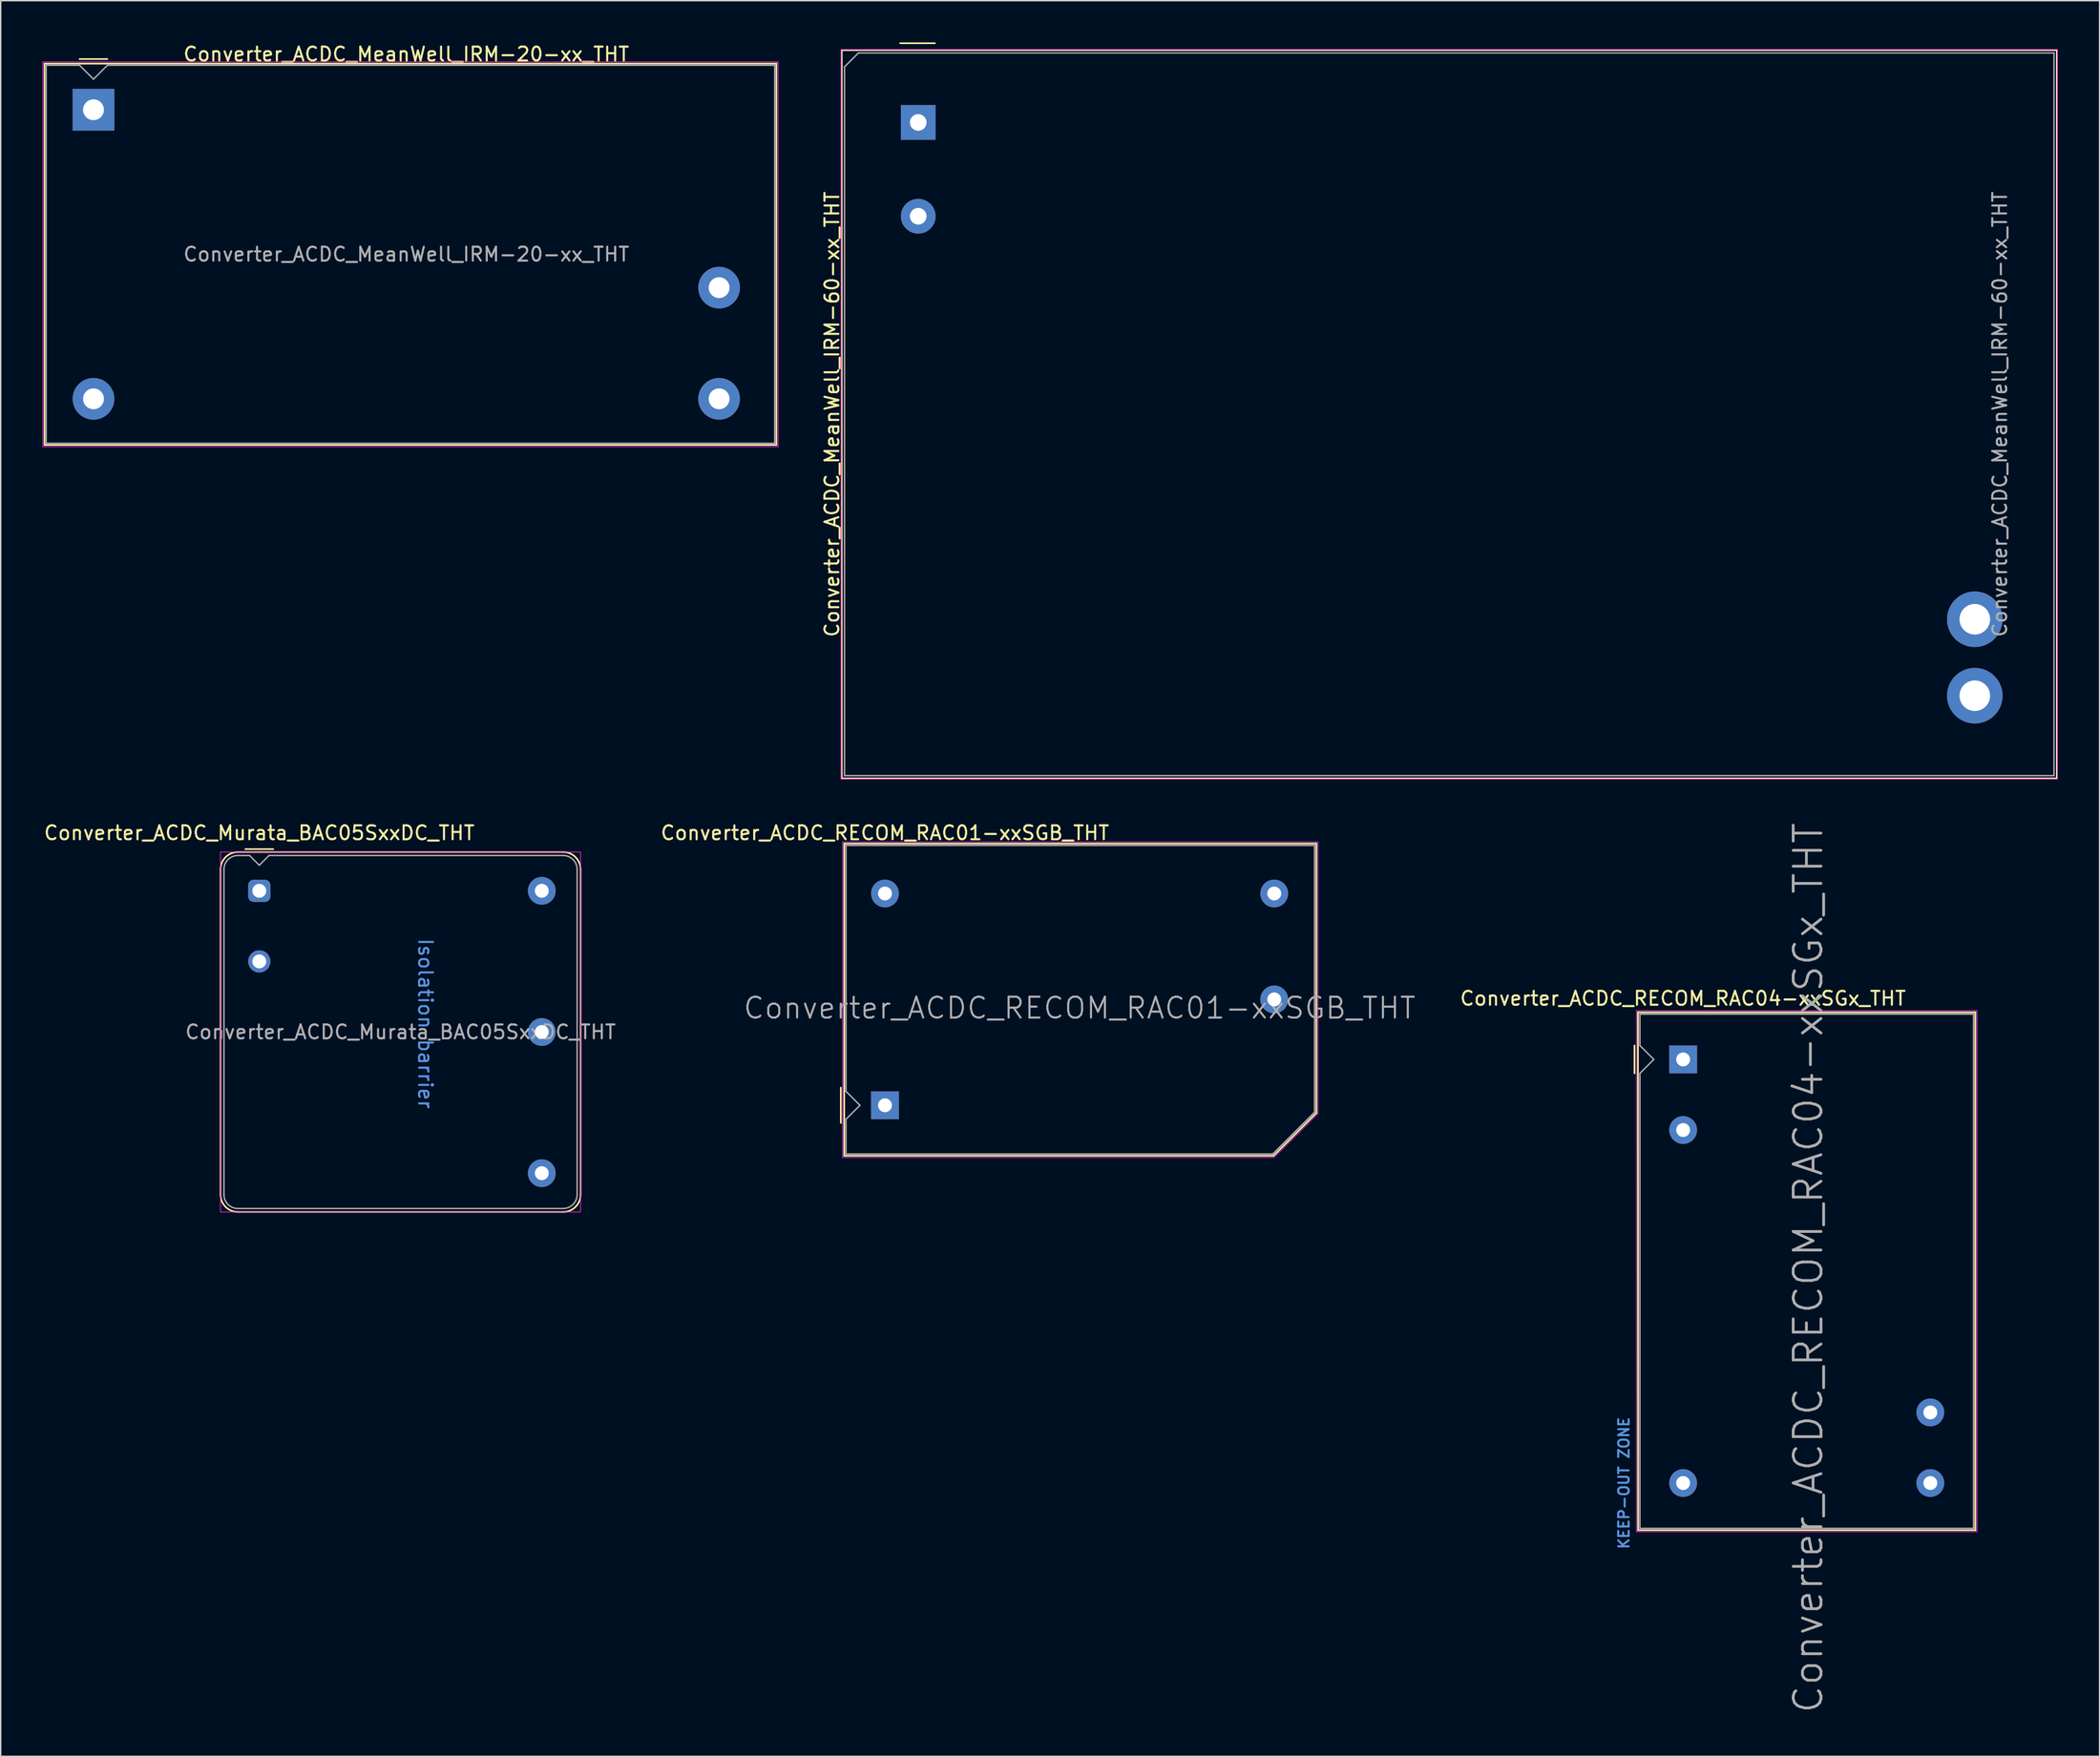
<source format=kicad_pcb>
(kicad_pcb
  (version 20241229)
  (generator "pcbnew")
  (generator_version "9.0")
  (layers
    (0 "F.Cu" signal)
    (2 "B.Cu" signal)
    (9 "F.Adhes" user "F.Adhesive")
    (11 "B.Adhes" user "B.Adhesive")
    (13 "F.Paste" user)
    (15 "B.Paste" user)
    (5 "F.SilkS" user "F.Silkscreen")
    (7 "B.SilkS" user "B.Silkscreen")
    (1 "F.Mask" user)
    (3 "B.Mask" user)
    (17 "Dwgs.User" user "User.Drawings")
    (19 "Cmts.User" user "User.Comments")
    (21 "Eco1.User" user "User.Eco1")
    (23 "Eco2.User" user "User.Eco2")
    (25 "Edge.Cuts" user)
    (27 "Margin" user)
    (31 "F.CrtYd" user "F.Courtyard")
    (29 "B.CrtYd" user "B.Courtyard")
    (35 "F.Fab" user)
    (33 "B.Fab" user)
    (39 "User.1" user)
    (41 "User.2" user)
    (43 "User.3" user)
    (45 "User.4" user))
  (footprint "Converter_ACDC_Murata_BAC05SxxDC_THT"
    (layer "F.Cu")
    (at 15.601 61.049)
    (property "Reference" "Converter_ACDC_Murata_BAC05SxxDC_THT" (at 0 -4.166 0) (unlocked yes) (layer "F.SilkS") (effects (font (size 1 1) (thickness 0.15))))
    (attr through_hole)
    (fp_line (start -2.79 -1.54) (end -2.79 21.86) (stroke (width 0.12) (type solid)) (layer "F.SilkS"))
    (fp_line (start -1.54 23.11) (end 21.86 23.11) (stroke (width 0.12) (type solid)) (layer "F.SilkS"))
    (fp_line (start 0 -3) (end -1 -3) (stroke (width 0.12) (type solid)) (layer "F.SilkS"))
    (fp_line (start 0 -3) (end 1 -3) (stroke (width 0.12) (type solid)) (layer "F.SilkS"))
    (fp_line (start 21.86 -2.79) (end -1.54 -2.79) (stroke (width 0.12) (type solid)) (layer "F.SilkS"))
    (fp_line (start 23.11 21.86) (end 23.11 -1.54) (stroke (width 0.12) (type solid)) (layer "F.SilkS"))
    (fp_arc (start -2.79 -1.54) (mid -2.423883 -2.423883) (end -1.54 -2.79) (stroke (width 0.12) (type solid)) (layer "F.SilkS"))
    (fp_arc (start -1.54 23.11) (mid -2.423883 22.743883) (end -2.79 21.86) (stroke (width 0.12) (type solid)) (layer "F.SilkS"))
    (fp_arc (start 21.86 -2.79) (mid 22.743883 -2.423883) (end 23.11 -1.54) (stroke (width 0.12) (type solid)) (layer "F.SilkS"))
    (fp_arc (start 23.11 21.86) (mid 22.743883 22.743883) (end 21.86 23.11) (stroke (width 0.12) (type solid)) (layer "F.SilkS"))
    (fp_rect (start -2.79 -2.79) (end 23.11 23.11) (stroke (width 0.05) (type solid)) (fill no) (layer "F.CrtYd"))
    (fp_line (start -2.54 21.86) (end -2.54 -1.54) (stroke (width 0.1) (type solid)) (layer "F.Fab"))
    (fp_line (start -0.7 -2.54) (end -1.54 -2.54) (stroke (width 0.1) (type solid)) (layer "F.Fab"))
    (fp_line (start 0 -1.84) (end -0.7 -2.54) (stroke (width 0.1) (type solid)) (layer "F.Fab"))
    (fp_line (start 0.7 -2.54) (end 0 -1.84) (stroke (width 0.1) (type solid)) (layer "F.Fab"))
    (fp_line (start 0.7 -2.54) (end 21.86 -2.54) (stroke (width 0.1) (type solid)) (layer "F.Fab"))
    (fp_line (start 21.86 22.86) (end -1.54 22.86) (stroke (width 0.1) (type solid)) (layer "F.Fab"))
    (fp_line (start 22.86 -1.54) (end 22.86 21.86) (stroke (width 0.1) (type solid)) (layer "F.Fab"))
    (fp_arc (start -2.54 -1.54) (mid -2.247107 -2.247107) (end -1.54 -2.54) (stroke (width 0.1) (type solid)) (layer "F.Fab"))
    (fp_arc (start -1.54 22.86) (mid -2.247107 22.567107) (end -2.54 21.86) (stroke (width 0.1) (type solid)) (layer "F.Fab"))
    (fp_arc (start 21.86 -2.54) (mid 22.567107 -2.247107) (end 22.86 -1.54) (stroke (width 0.1) (type solid)) (layer "F.Fab"))
    (fp_arc (start 22.86 21.86) (mid 22.567107 22.567107) (end 21.86 22.86) (stroke (width 0.1) (type solid)) (layer "F.Fab"))
    (fp_text user "Isolation barrier" (at 11.95 9.56 270) (unlocked yes) (layer "Cmts.User") (effects (font (size 1 1) (thickness 0.15))))
    (fp_text user "${REFERENCE}" (at 10.16 10.16 0) (unlocked yes) (layer "F.Fab") (effects (font (size 1 1) (thickness 0.15))))
    (pad "1" thru_hole roundrect (at 0 0) (size 1.6 1.6) (drill 1) (layers "*.Cu" "*.Mask") (roundrect_rratio 0.25))
    (pad "2" thru_hole circle (at 0 5.08) (size 1.6 1.6) (drill 1) (layers "*.Cu" "*.Mask"))
    (pad "3" thru_hole circle (at 20.32 20.32) (size 2 2) (drill 1) (layers "*.Cu" "*.Mask"))
    (pad "4" thru_hole circle (at 20.32 10.16) (size 2 2) (drill 1) (layers "*.Cu" "*.Mask"))
    (pad "5" thru_hole circle (at 20.32 0) (size 2 2) (drill 1) (layers "*.Cu" "*.Mask"))
    (zone (net_name "") (layers "F.Cu" "B.Cu") (name "Isolation barrier") (hatch full 0.508) (connect_pads) (min_thickness 0.254) (filled_areas_thickness no) (keepout (tracks not_allowed) (vias not_allowed) (pads not_allowed) (copperpour not_allowed) (footprints not_allowed)) (placement (enabled no)) (fill) (polygon (pts (xy 29.421 68.549) (xy 34.421 68.549) (xy 34.421 83.949) (xy 25.901 83.949) (xy 25.901 76.299) (xy 25.401 76.049) (xy 24.951 75.774) (xy 24.501 75.474) (xy 24.076 75.149) (xy 23.651 74.774) (xy 23.301 74.424) (xy 23.026 74.124) (xy 22.901 73.974) (xy 22.676 73.699) (xy 22.476 73.424) (xy 22.126 72.874) (xy 21.926 72.524) (xy 21.626 71.874) (xy 21.476 71.524) (xy 21.351 71.174) (xy 21.226 70.774) (xy 21.151 70.499) (xy 21.076 70.199) (xy 21.026 69.924) (xy 20.951 69.474) (xy 20.901 68.949) (xy 20.901 68.399) (xy 20.901 58.474) (xy 29.421 58.474)))))
  (footprint "Converter_ACDC_RECOM_RAC04-xxSGx_THT"
    (layer "F.Cu")
    (at 118.019 73.183)
    (property "Reference" "Converter_ACDC_RECOM_RAC04-xxSGx_THT" (at -0.01 -4.39 180) (layer "F.SilkS") (effects (font (size 1 1) (thickness 0.15))))
    (attr through_hole)
    (fp_line (start -3.5 1) (end -3.5 -1) (stroke (width 0.12) (type solid)) (layer "F.SilkS"))
    (fp_line (start -3.24 -3.39) (end 21.02 -3.39) (stroke (width 0.12) (type solid)) (layer "F.SilkS"))
    (fp_line (start -3.24 33.87) (end -3.25 -3.39) (stroke (width 0.12) (type solid)) (layer "F.SilkS"))
    (fp_line (start -3.24 33.87) (end 21.02 33.87) (stroke (width 0.12) (type solid)) (layer "F.SilkS"))
    (fp_line (start 21.02 -3.39) (end 21.02 33.87) (stroke (width 0.12) (type solid)) (layer "F.SilkS"))
    (fp_line (start -3.36 -3.51) (end -3.36 33.99) (stroke (width 0.05) (type solid)) (layer "F.CrtYd"))
    (fp_line (start -3.36 -3.51) (end 21.14 -3.51) (stroke (width 0.05) (type solid)) (layer "F.CrtYd"))
    (fp_line (start 21.14 -3.51) (end 21.14 33.99) (stroke (width 0.05) (type solid)) (layer "F.CrtYd"))
    (fp_line (start 21.14 33.99) (end -3.36 33.99) (stroke (width 0.05) (type solid)) (layer "F.CrtYd"))
    (fp_line (start -3.11 -3.26) (end 20.89 -3.26) (stroke (width 0.1) (type solid)) (layer "F.Fab"))
    (fp_line (start -3.11 -1) (end -3.11 -3.26) (stroke (width 0.1) (type solid)) (layer "F.Fab"))
    (fp_line (start -3.11 -1) (end -2.11 0) (stroke (width 0.1) (type solid)) (layer "F.Fab"))
    (fp_line (start -3.11 1) (end -2.11 0) (stroke (width 0.1) (type solid)) (layer "F.Fab"))
    (fp_line (start -3.11 33.74) (end -3.11 1) (stroke (width 0.1) (type solid)) (layer "F.Fab"))
    (fp_line (start -3.11 33.74) (end 20.89 33.74) (stroke (width 0.1) (type solid)) (layer "F.Fab"))
    (fp_line (start 20.89 -3.26) (end 20.89 33.74) (stroke (width 0.1) (type solid)) (layer "F.Fab"))
    (fp_text user "KEEP-OUT ZONE" (at -4.26 30.48 90) (layer "Cmts.User") (effects (font (size 0.75 0.75) (thickness 0.15))))
    (fp_text user "${REFERENCE}" (at 9 15 90) (layer "F.Fab") (effects (font (size 2 2) (thickness 0.2))))
    (pad "1" thru_hole rect (at 0 0 90) (size 2 2) (drill 1) (layers "*.Cu" "*.Mask"))
    (pad "2" thru_hole circle (at 0 5.08 90) (size 2 2) (drill 1) (layers "*.Cu" "*.Mask"))
    (pad "3" thru_hole circle (at 0 30.48 180) (size 2 2) (drill 1) (layers "*.Cu" "*.Mask"))
    (pad "4" thru_hole circle (at 17.78 30.48 90) (size 2 2) (drill 1) (layers "*.Cu" "*.Mask"))
    (pad "5" thru_hole circle (at 17.78 25.4 90) (size 2 2) (drill 1) (layers "*.Cu" "*.Mask"))
    (zone (net_name "") (layer "F.Cu") (hatch full 0.508) (connect_pads) (min_thickness 0.254) (filled_areas_thickness no) (keepout (tracks not_allowed) (vias allowed) (pads allowed) (copperpour not_allowed) (footprints not_allowed)) (placement (enabled no)) (fill) (polygon (pts (xy 112.939 108.743) (xy 123.099 108.743) (xy 123.099 98.583) (xy 112.939 98.583)))))
  (footprint "Converter_ACDC_MeanWell_IRM-60-xx_THT"
    (layer "F.Cu")
    (at 62.998 5.76)
    (property "Reference" "Converter_ACDC_MeanWell_IRM-60-xx_THT" (at -6.2 21 90) (layer "F.SilkS") (effects (font (size 1 1) (thickness 0.15))))
    (attr through_hole)
    (fp_line (start -5.5 -5.2) (end -5.5 47.2) (stroke (width 0.12) (type solid)) (layer "F.SilkS"))
    (fp_line (start -5.5 47.2) (end 81.9 47.2) (stroke (width 0.12) (type solid)) (layer "F.SilkS"))
    (fp_line (start -1.3 -5.7) (end 1.2 -5.7) (stroke (width 0.12) (type solid)) (layer "F.SilkS"))
    (fp_line (start 81.9 -5.2) (end -5.5 -5.2) (stroke (width 0.12) (type solid)) (layer "F.SilkS"))
    (fp_line (start 81.9 47.2) (end 81.9 -5.2) (stroke (width 0.12) (type solid)) (layer "F.SilkS"))
    (fp_line (start -5.55 -5.25) (end 81.95 -5.25) (stroke (width 0.05) (type solid)) (layer "F.CrtYd"))
    (fp_line (start -5.55 47.25) (end -5.55 -5.25) (stroke (width 0.05) (type solid)) (layer "F.CrtYd"))
    (fp_line (start 81.95 -5.25) (end 81.95 47.25) (stroke (width 0.05) (type solid)) (layer "F.CrtYd"))
    (fp_line (start 81.95 47.25) (end -5.55 47.25) (stroke (width 0.05) (type solid)) (layer "F.CrtYd"))
    (fp_line (start -5.3 -4) (end -4.3 -5) (stroke (width 0.1) (type solid)) (layer "F.Fab"))
    (fp_line (start -5.3 47) (end -5.3 -4) (stroke (width 0.1) (type solid)) (layer "F.Fab"))
    (fp_line (start -5.3 47) (end 81.7 47) (stroke (width 0.1) (type solid)) (layer "F.Fab"))
    (fp_line (start -4.3 -5) (end 81.7 -5) (stroke (width 0.1) (type solid)) (layer "F.Fab"))
    (fp_line (start 81.7 47) (end 81.7 -5) (stroke (width 0.1) (type solid)) (layer "F.Fab"))
    (fp_text user "${REFERENCE}" (at 77.8 21 90) (layer "F.Fab") (effects (font (size 1 1) (thickness 0.15))))
    (pad "1" thru_hole rect (at 0 0) (size 2.5 2.5) (drill 1.2) (layers "*.Cu" "*.Mask"))
    (pad "2" thru_hole circle (at 0 6.75) (size 2.5 2.5) (drill 1.2) (layers "*.Cu" "*.Mask"))
    (pad "3" thru_hole circle (at 76 41.25) (size 4 4) (drill 2.2) (layers "*.Cu" "*.Mask"))
    (pad "4" thru_hole circle (at 76 35.75) (size 4 4) (drill 2.2) (layers "*.Cu" "*.Mask")))
  (footprint "Converter_ACDC_MeanWell_IRM-20-xx_THT"
    (layer "F.Cu")
    (at 3.675 4.848)
    (property "Reference" "Converter_ACDC_MeanWell_IRM-20-xx_THT" (at 22.5 -4 0) (layer "F.SilkS") (effects (font (size 1 1) (thickness 0.15))))
    (attr through_hole)
    (fp_line (start -3.52 -3.32) (end -3.52 24.12) (stroke (width 0.12) (type solid)) (layer "F.SilkS"))
    (fp_line (start -3.52 -3.32) (end 49.12 -3.32) (stroke (width 0.12) (type solid)) (layer "F.SilkS"))
    (fp_line (start -3.52 24.12) (end 49.12 24.12) (stroke (width 0.12) (type solid)) (layer "F.SilkS"))
    (fp_line (start 1 -3.65) (end -1 -3.65) (stroke (width 0.12) (type solid)) (layer "F.SilkS"))
    (fp_line (start 49.12 -3.32) (end 49.12 24.12) (stroke (width 0.12) (type solid)) (layer "F.SilkS"))
    (fp_line (start -3.65 -3.45) (end -3.65 24.25) (stroke (width 0.05) (type solid)) (layer "F.CrtYd"))
    (fp_line (start -3.65 -3.45) (end 49.25 -3.45) (stroke (width 0.05) (type solid)) (layer "F.CrtYd"))
    (fp_line (start -3.65 24.25) (end 49.25 24.25) (stroke (width 0.05) (type solid)) (layer "F.CrtYd"))
    (fp_line (start 49.25 -3.45) (end 49.25 24.25) (stroke (width 0.05) (type solid)) (layer "F.CrtYd"))
    (fp_line (start -3.4 -3.2) (end -3.4 24) (stroke (width 0.1) (type solid)) (layer "F.Fab"))
    (fp_line (start -3.4 24) (end 49 24) (stroke (width 0.1) (type solid)) (layer "F.Fab"))
    (fp_line (start -1 -3.2) (end -3.4 -3.2) (stroke (width 0.1) (type solid)) (layer "F.Fab"))
    (fp_line (start 0 -2.2) (end -1 -3.2) (stroke (width 0.1) (type solid)) (layer "F.Fab"))
    (fp_line (start 1 -3.2) (end 0 -2.2) (stroke (width 0.1) (type solid)) (layer "F.Fab"))
    (fp_line (start 49 -3.2) (end 1 -3.2) (stroke (width 0.1) (type solid)) (layer "F.Fab"))
    (fp_line (start 49 -3.2) (end 49 24) (stroke (width 0.1) (type solid)) (layer "F.Fab"))
    (fp_text user "${REFERENCE}" (at 22.5 10.4 0) (layer "F.Fab") (effects (font (size 1 1) (thickness 0.15))))
    (pad "1" thru_hole rect (at 0 0) (size 3 3) (drill 1.5) (layers "*.Cu" "*.Mask"))
    (pad "2" thru_hole circle (at 0 20.8) (size 3 3) (drill 1.5) (layers "*.Cu" "*.Mask"))
    (pad "3" thru_hole circle (at 45 20.8) (size 3 3) (drill 1.5) (layers "*.Cu" "*.Mask"))
    (pad "4" thru_hole circle (at 45 12.8) (size 3 3) (drill 1.5) (layers "*.Cu" "*.Mask")))
  (footprint "Converter_ACDC_RECOM_RAC01-xxSGB_THT"
    (layer "F.Cu")
    (at 60.606 76.483)
    (property "Reference" "Converter_ACDC_RECOM_RAC01-xxSGB_THT" (at 0 -19.6 180) (layer "F.SilkS") (effects (font (size 1 1) (thickness 0.15))))
    (attr through_hole)
    (fp_line (start -3.175 -1.27) (end -3.175 1.27) (stroke (width 0.12) (type solid)) (layer "F.SilkS"))
    (fp_line (start -2.93 -18.83) (end 31.03 -18.83) (stroke (width 0.12) (type solid)) (layer "F.SilkS"))
    (fp_line (start -2.93 3.63) (end -2.93 -18.83) (stroke (width 0.12) (type solid)) (layer "F.SilkS"))
    (fp_line (start 27.95 3.63) (end -2.93 3.63) (stroke (width 0.12) (type solid)) (layer "F.SilkS"))
    (fp_line (start 27.95 3.63) (end 31.03 0.55) (stroke (width 0.12) (type solid)) (layer "F.SilkS"))
    (fp_line (start 31.03 0.55) (end 31.03 -18.83) (stroke (width 0.12) (type solid)) (layer "F.SilkS"))
    (fp_line (start -3.05 -18.95) (end 31.15 -18.95) (stroke (width 0.05) (type solid)) (layer "F.CrtYd"))
    (fp_line (start -3.05 3.75) (end -3.05 -18.95) (stroke (width 0.05) (type solid)) (layer "F.CrtYd"))
    (fp_line (start 27.99 3.75) (end -3.05 3.75) (stroke (width 0.05) (type solid)) (layer "F.CrtYd"))
    (fp_line (start 31.15 -18.95) (end 31.15 0.59) (stroke (width 0.05) (type solid)) (layer "F.CrtYd"))
    (fp_line (start 31.15 0.59) (end 27.99 3.75) (stroke (width 0.05) (type solid)) (layer "F.CrtYd"))
    (fp_line (start -2.8 -18.7) (end 30.9 -18.7) (stroke (width 0.1) (type solid)) (layer "F.Fab"))
    (fp_line (start -2.8 -1) (end -2.8 -18.7) (stroke (width 0.1) (type solid)) (layer "F.Fab"))
    (fp_line (start -2.8 -1) (end -1.8 0) (stroke (width 0.1) (type solid)) (layer "F.Fab"))
    (fp_line (start -2.8 1) (end -2.8 3.5) (stroke (width 0.1) (type solid)) (layer "F.Fab"))
    (fp_line (start -1.8 0) (end -2.8 1) (stroke (width 0.1) (type solid)) (layer "F.Fab"))
    (fp_line (start 27.9 3.5) (end -2.8 3.5) (stroke (width 0.1) (type solid)) (layer "F.Fab"))
    (fp_line (start 27.9 3.5) (end 30.9 0.5) (stroke (width 0.1) (type solid)) (layer "F.Fab"))
    (fp_line (start 30.9 0.5) (end 30.9 -18.7) (stroke (width 0.1) (type solid)) (layer "F.Fab"))
    (fp_text user "${REFERENCE}" (at 14 -7 0) (layer "F.Fab") (effects (font (size 1.5 1.5) (thickness 0.15))))
    (pad "1" thru_hole rect (at 0 0 180) (size 2 2) (drill 1) (layers "*.Cu" "*.Mask"))
    (pad "2" thru_hole circle (at 0 -15.24 180) (size 2 2) (drill 1) (layers "*.Cu" "*.Mask"))
    (pad "3" thru_hole circle (at 28 -15.24 180) (size 2 2) (drill 1) (layers "*.Cu" "*.Mask"))
    (pad "4" thru_hole circle (at 28 -7.62 180) (size 2 2) (drill 1) (layers "*.Cu" "*.Mask")))
  (gr_rect
    (start -3 -3)
    (end 147.973 123.33)
    (stroke (width 0.1) (type default))
    (fill no)
    (layer "Edge.Cuts")))
</source>
